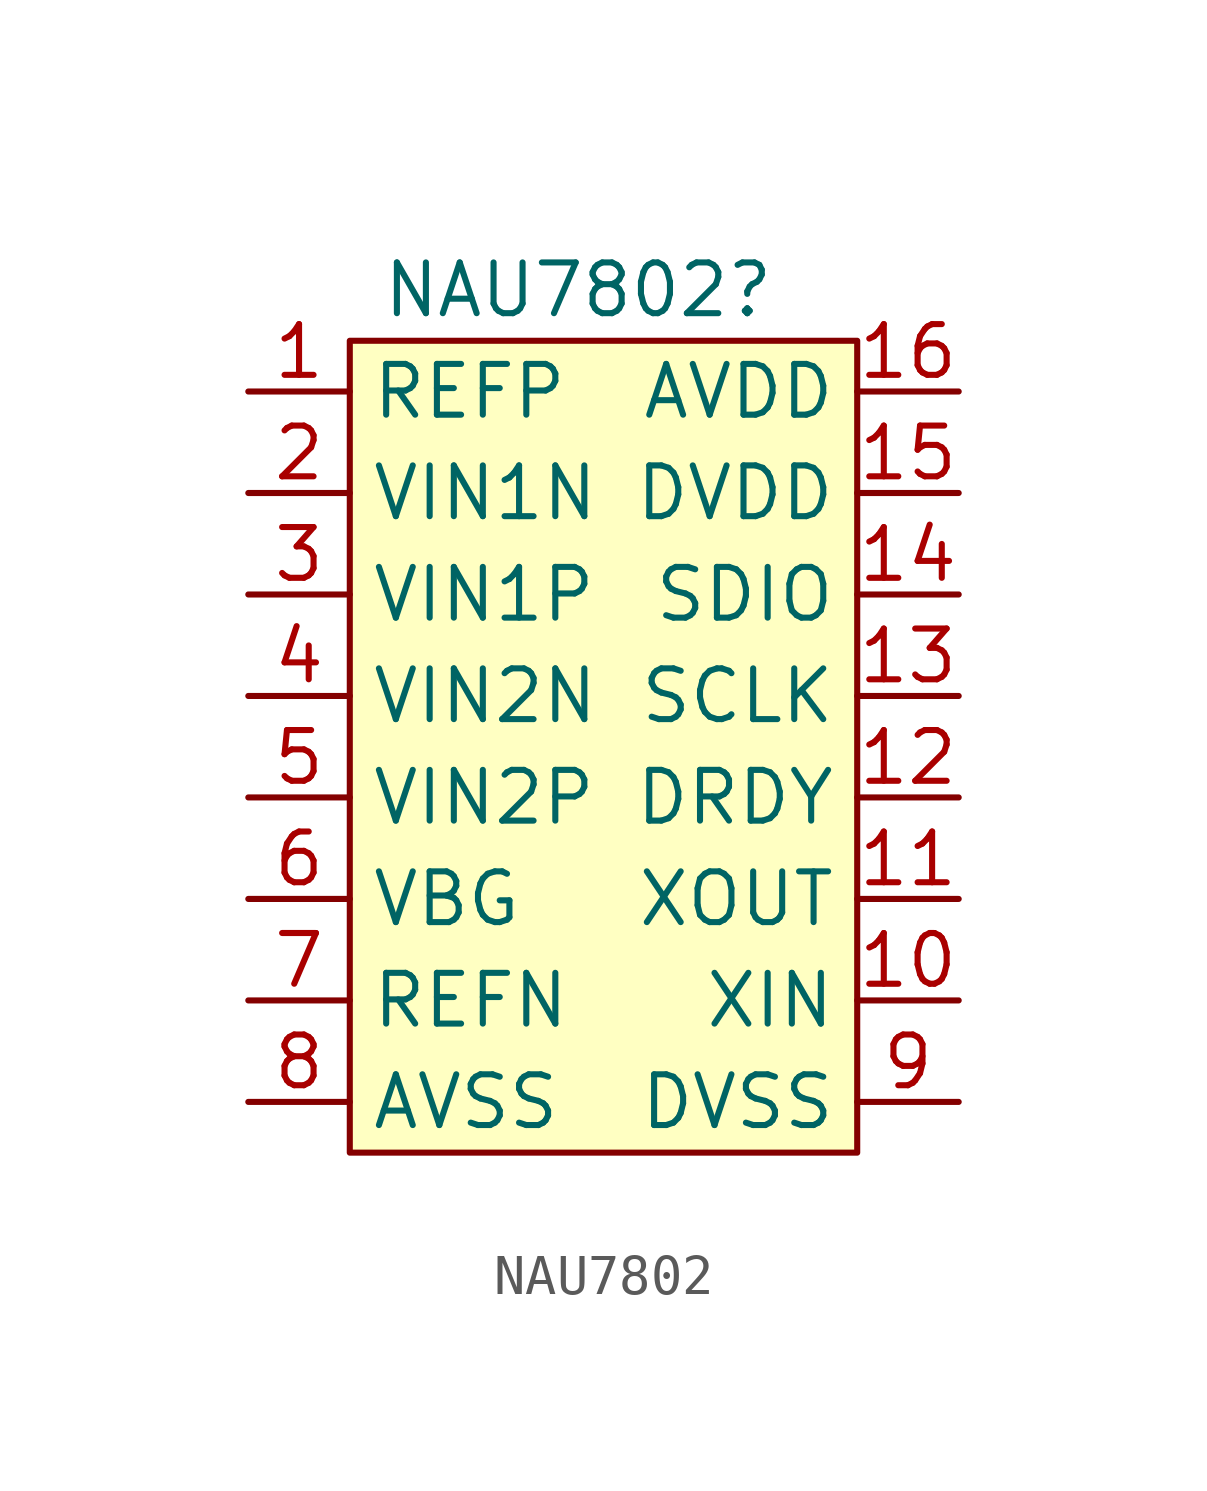
<source format=kicad_sym>
(kicad_symbol_lib
  (version 20220914)
  (generator kicad_symbol_editor)
  (symbol "NAU7802"
    (property "Reference" "NAU7802"
      (at 6.985 0.635 0)
      (effects (font (size 1.27 1.27))))
    (property "Value" ""
      (at 0 0 0)
      (effects (font (size 1.27 1.27))))
    (symbol "NAU7802_1_1"
      (rectangle (start 1.27 -0.635) (end 13.97 -20.955) (stroke (width 0) (type default)) (fill (type background)))
      (pin input line (at -1.27 -1.905 0) (length 2.54) (name "REFP" (effects (font (size 1.27 1.27)))) (number "1" (effects (font (size 1.27 1.27)))))
      (pin input line (at 16.51 -17.145 180) (length 2.54) (name "XIN" (effects (font (size 1.27 1.27)))) (number "10" (effects (font (size 1.27 1.27)))))
      (pin output line (at 16.51 -14.605 180) (length 2.54) (name "XOUT" (effects (font (size 1.27 1.27)))) (number "11" (effects (font (size 1.27 1.27)))))
      (pin output line (at 16.51 -12.065 180) (length 2.54) (name "DRDY" (effects (font (size 1.27 1.27)))) (number "12" (effects (font (size 1.27 1.27)))))
      (pin input line (at 16.51 -9.525 180) (length 2.54) (name "SCLK" (effects (font (size 1.27 1.27)))) (number "13" (effects (font (size 1.27 1.27)))))
      (pin input line (at 16.51 -6.985 180) (length 2.54) (name "SDIO" (effects (font (size 1.27 1.27)))) (number "14" (effects (font (size 1.27 1.27)))))
      (pin input line (at 16.51 -4.445 180) (length 2.54) (name "DVDD" (effects (font (size 1.27 1.27)))) (number "15" (effects (font (size 1.27 1.27)))))
      (pin input line (at 16.51 -1.905 180) (length 2.54) (name "AVDD" (effects (font (size 1.27 1.27)))) (number "16" (effects (font (size 1.27 1.27)))))
      (pin input line (at -1.27 -4.445 0) (length 2.54) (name "VIN1N" (effects (font (size 1.27 1.27)))) (number "2" (effects (font (size 1.27 1.27)))))
      (pin input line (at -1.27 -6.985 0) (length 2.54) (name "VIN1P" (effects (font (size 1.27 1.27)))) (number "3" (effects (font (size 1.27 1.27)))))
      (pin input line (at -1.27 -9.525 0) (length 2.54) (name "VIN2N" (effects (font (size 1.27 1.27)))) (number "4" (effects (font (size 1.27 1.27)))))
      (pin input line (at -1.27 -12.065 0) (length 2.54) (name "VIN2P" (effects (font (size 1.27 1.27)))) (number "5" (effects (font (size 1.27 1.27)))))
      (pin output line (at -1.27 -14.605 0) (length 2.54) (name "VBG" (effects (font (size 1.27 1.27)))) (number "6" (effects (font (size 1.27 1.27)))))
      (pin input line (at -1.27 -17.145 0) (length 2.54) (name "REFN" (effects (font (size 1.27 1.27)))) (number "7" (effects (font (size 1.27 1.27)))))
      (pin output line (at -1.27 -19.685 0) (length 2.54) (name "AVSS" (effects (font (size 1.27 1.27)))) (number "8" (effects (font (size 1.27 1.27)))))
      (pin output line (at 16.51 -19.685 180) (length 2.54) (name "DVSS" (effects (font (size 1.27 1.27)))) (number "9" (effects (font (size 1.27 1.27))))))))
</source>
